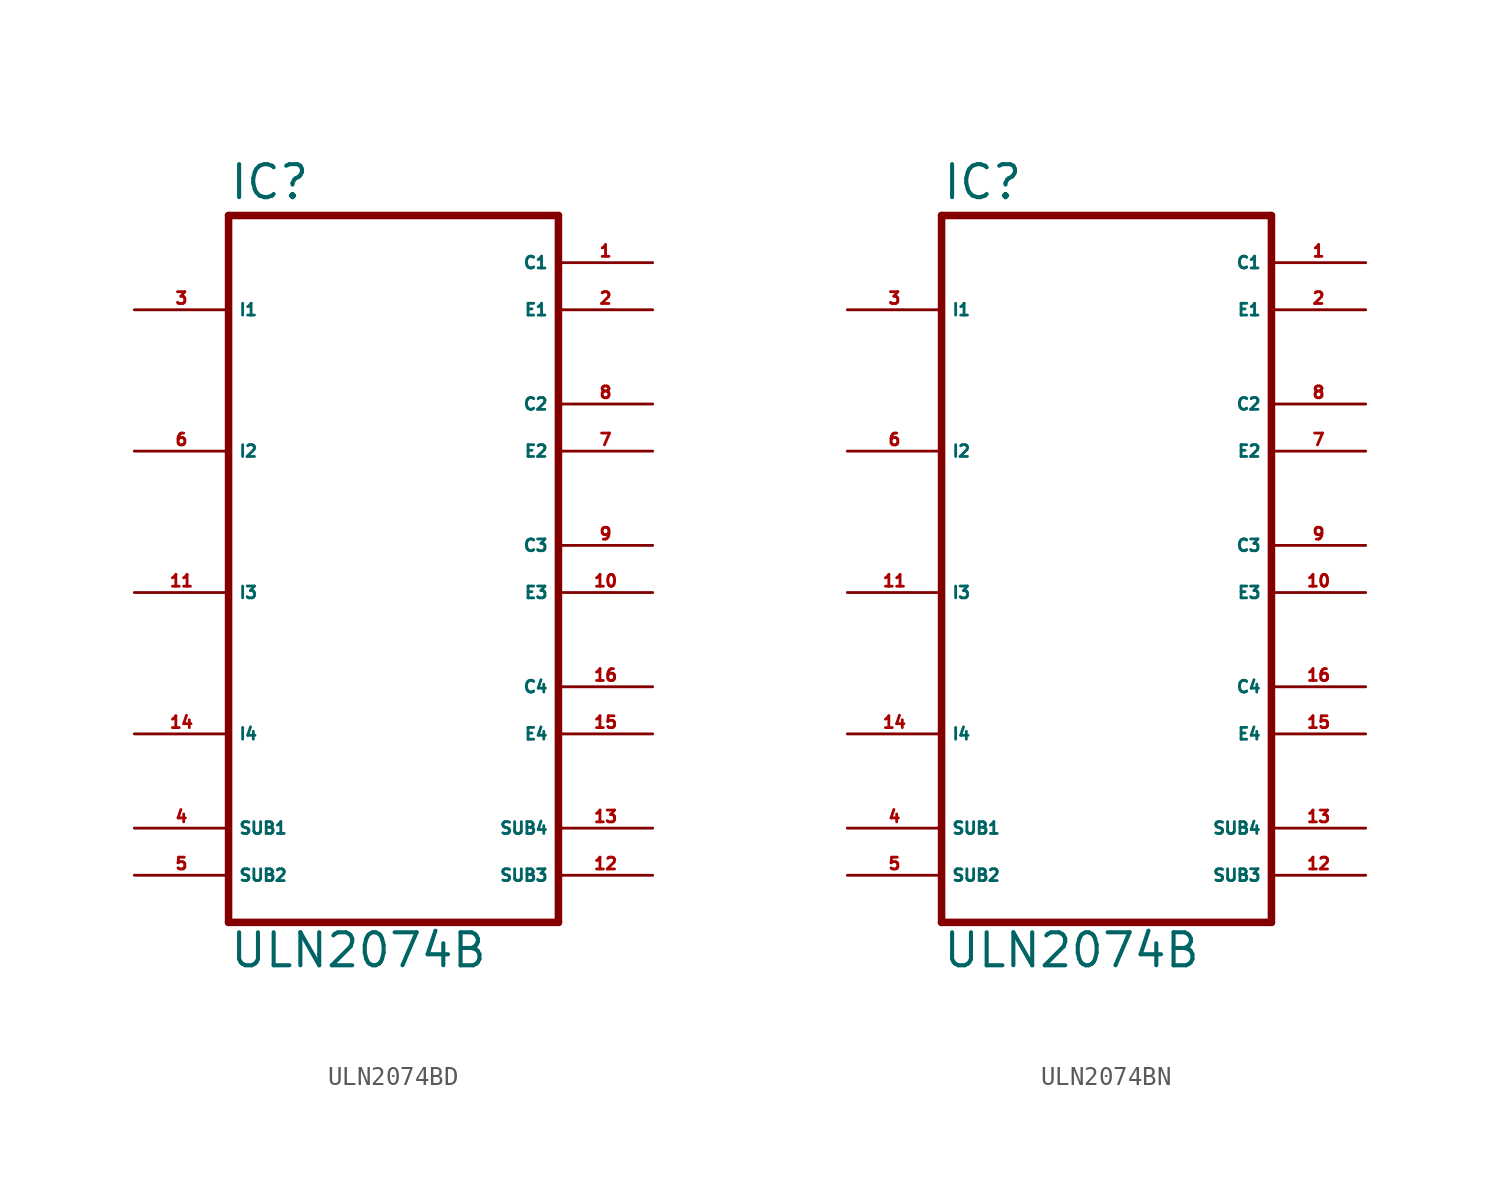
<source format=kicad_sym>
(kicad_symbol_lib
  (version 20220914)
  (generator Eagle2Kicad)
  (symbol "ULN2074BD"
    (property "Reference" "IC"
      (at -7.62 18.542 0)
      (effects (font (size 1.778 1.778) (thickness 0.22)) (justify left bottom)))
    (property "Value" "ULN2074B"
      (at -7.62 -22.86 0)
      (effects (font (size 1.778 1.778) (thickness 0.22)) (justify left bottom)))
    (polyline
      (pts (xy -7.62 17.78) (xy 10.16 17.78))
      (stroke (width 0.406) (type default))
      (fill (type none)))
    (polyline
      (pts (xy 10.16 -20.32) (xy 10.16 17.78))
      (stroke (width 0.406) (type default))
      (fill (type none)))
    (polyline
      (pts (xy 10.16 -20.32) (xy -7.62 -20.32))
      (stroke (width 0.406) (type default))
      (fill (type none)))
    (polyline
      (pts (xy -7.62 17.78) (xy -7.62 -20.32))
      (stroke (width 0.406) (type default))
      (fill (type none)))
    (pin input line
      (at -12.7 12.7 0)
      (length 5.08)
      (name "I1" (effects (font (size 0.635 0.635) (thickness 0.08)) (justify left bottom)))
      (number "3" (effects (font (size 0.635 0.635) (thickness 0.08)) (justify left bottom))))
    (pin input line
      (at -12.7 5.08 0)
      (length 5.08)
      (name "I2" (effects (font (size 0.635 0.635) (thickness 0.08)) (justify left bottom)))
      (number "6" (effects (font (size 0.635 0.635) (thickness 0.08)) (justify left bottom))))
    (pin input line
      (at -12.7 -2.54 0)
      (length 5.08)
      (name "I3" (effects (font (size 0.635 0.635) (thickness 0.08)) (justify left bottom)))
      (number "11" (effects (font (size 0.635 0.635) (thickness 0.08)) (justify left bottom))))
    (pin input line
      (at -12.7 -10.16 0)
      (length 5.08)
      (name "I4" (effects (font (size 0.635 0.635) (thickness 0.08)) (justify left bottom)))
      (number "14" (effects (font (size 0.635 0.635) (thickness 0.08)) (justify left bottom))))
    (pin open_collector line
      (at 15.24 15.24 180)
      (length 5.08)
      (name "C1" (effects (font (size 0.635 0.635) (thickness 0.08)) (justify left bottom)))
      (number "1" (effects (font (size 0.635 0.635) (thickness 0.08)) (justify left bottom))))
    (pin open_collector line
      (at 15.24 5.08 180)
      (length 5.08)
      (name "E2" (effects (font (size 0.635 0.635) (thickness 0.08)) (justify left bottom)))
      (number "7" (effects (font (size 0.635 0.635) (thickness 0.08)) (justify left bottom))))
    (pin open_collector line
      (at 15.24 -2.54 180)
      (length 5.08)
      (name "E3" (effects (font (size 0.635 0.635) (thickness 0.08)) (justify left bottom)))
      (number "10" (effects (font (size 0.635 0.635) (thickness 0.08)) (justify left bottom))))
    (pin open_collector line
      (at 15.24 -10.16 180)
      (length 5.08)
      (name "E4" (effects (font (size 0.635 0.635) (thickness 0.08)) (justify left bottom)))
      (number "15" (effects (font (size 0.635 0.635) (thickness 0.08)) (justify left bottom))))
    (pin passive line
      (at -12.7 -17.78 0)
      (length 5.08)
      (name "SUB2" (effects (font (size 0.635 0.635) (thickness 0.08)) (justify left bottom)))
      (number "5" (effects (font (size 0.635 0.635) (thickness 0.08)) (justify left bottom))))
    (pin passive line
      (at 15.24 -15.24 180)
      (length 5.08)
      (name "SUB4" (effects (font (size 0.635 0.635) (thickness 0.08)) (justify left bottom)))
      (number "13" (effects (font (size 0.635 0.635) (thickness 0.08)) (justify left bottom))))
    (pin passive line
      (at -12.7 -15.24 0)
      (length 5.08)
      (name "SUB1" (effects (font (size 0.635 0.635) (thickness 0.08)) (justify left bottom)))
      (number "4" (effects (font (size 0.635 0.635) (thickness 0.08)) (justify left bottom))))
    (pin passive line
      (at 15.24 -17.78 180)
      (length 5.08)
      (name "SUB3" (effects (font (size 0.635 0.635) (thickness 0.08)) (justify left bottom)))
      (number "12" (effects (font (size 0.635 0.635) (thickness 0.08)) (justify left bottom))))
    (pin open_collector line
      (at 15.24 12.7 180)
      (length 5.08)
      (name "E1" (effects (font (size 0.635 0.635) (thickness 0.08)) (justify left bottom)))
      (number "2" (effects (font (size 0.635 0.635) (thickness 0.08)) (justify left bottom))))
    (pin open_collector line
      (at 15.24 7.62 180)
      (length 5.08)
      (name "C2" (effects (font (size 0.635 0.635) (thickness 0.08)) (justify left bottom)))
      (number "8" (effects (font (size 0.635 0.635) (thickness 0.08)) (justify left bottom))))
    (pin open_collector line
      (at 15.24 0 180)
      (length 5.08)
      (name "C3" (effects (font (size 0.635 0.635) (thickness 0.08)) (justify left bottom)))
      (number "9" (effects (font (size 0.635 0.635) (thickness 0.08)) (justify left bottom))))
    (pin open_collector line
      (at 15.24 -7.62 180)
      (length 5.08)
      (name "C4" (effects (font (size 0.635 0.635) (thickness 0.08)) (justify left bottom)))
      (number "16" (effects (font (size 0.635 0.635) (thickness 0.08)) (justify left bottom)))))
  (symbol "ULN2074BN"
    (property "Reference" "IC"
      (at -7.62 18.542 0)
      (effects (font (size 1.778 1.778) (thickness 0.22)) (justify left bottom)))
    (property "Value" "ULN2074B"
      (at -7.62 -22.86 0)
      (effects (font (size 1.778 1.778) (thickness 0.22)) (justify left bottom)))
    (polyline
      (pts (xy -7.62 17.78) (xy 10.16 17.78))
      (stroke (width 0.406) (type default))
      (fill (type none)))
    (polyline
      (pts (xy 10.16 -20.32) (xy 10.16 17.78))
      (stroke (width 0.406) (type default))
      (fill (type none)))
    (polyline
      (pts (xy 10.16 -20.32) (xy -7.62 -20.32))
      (stroke (width 0.406) (type default))
      (fill (type none)))
    (polyline
      (pts (xy -7.62 17.78) (xy -7.62 -20.32))
      (stroke (width 0.406) (type default))
      (fill (type none)))
    (pin input line
      (at -12.7 12.7 0)
      (length 5.08)
      (name "I1" (effects (font (size 0.635 0.635) (thickness 0.08)) (justify left bottom)))
      (number "3" (effects (font (size 0.635 0.635) (thickness 0.08)) (justify left bottom))))
    (pin input line
      (at -12.7 5.08 0)
      (length 5.08)
      (name "I2" (effects (font (size 0.635 0.635) (thickness 0.08)) (justify left bottom)))
      (number "6" (effects (font (size 0.635 0.635) (thickness 0.08)) (justify left bottom))))
    (pin input line
      (at -12.7 -2.54 0)
      (length 5.08)
      (name "I3" (effects (font (size 0.635 0.635) (thickness 0.08)) (justify left bottom)))
      (number "11" (effects (font (size 0.635 0.635) (thickness 0.08)) (justify left bottom))))
    (pin input line
      (at -12.7 -10.16 0)
      (length 5.08)
      (name "I4" (effects (font (size 0.635 0.635) (thickness 0.08)) (justify left bottom)))
      (number "14" (effects (font (size 0.635 0.635) (thickness 0.08)) (justify left bottom))))
    (pin open_collector line
      (at 15.24 15.24 180)
      (length 5.08)
      (name "C1" (effects (font (size 0.635 0.635) (thickness 0.08)) (justify left bottom)))
      (number "1" (effects (font (size 0.635 0.635) (thickness 0.08)) (justify left bottom))))
    (pin open_collector line
      (at 15.24 5.08 180)
      (length 5.08)
      (name "E2" (effects (font (size 0.635 0.635) (thickness 0.08)) (justify left bottom)))
      (number "7" (effects (font (size 0.635 0.635) (thickness 0.08)) (justify left bottom))))
    (pin open_collector line
      (at 15.24 -2.54 180)
      (length 5.08)
      (name "E3" (effects (font (size 0.635 0.635) (thickness 0.08)) (justify left bottom)))
      (number "10" (effects (font (size 0.635 0.635) (thickness 0.08)) (justify left bottom))))
    (pin open_collector line
      (at 15.24 -10.16 180)
      (length 5.08)
      (name "E4" (effects (font (size 0.635 0.635) (thickness 0.08)) (justify left bottom)))
      (number "15" (effects (font (size 0.635 0.635) (thickness 0.08)) (justify left bottom))))
    (pin passive line
      (at -12.7 -17.78 0)
      (length 5.08)
      (name "SUB2" (effects (font (size 0.635 0.635) (thickness 0.08)) (justify left bottom)))
      (number "5" (effects (font (size 0.635 0.635) (thickness 0.08)) (justify left bottom))))
    (pin passive line
      (at 15.24 -15.24 180)
      (length 5.08)
      (name "SUB4" (effects (font (size 0.635 0.635) (thickness 0.08)) (justify left bottom)))
      (number "13" (effects (font (size 0.635 0.635) (thickness 0.08)) (justify left bottom))))
    (pin passive line
      (at -12.7 -15.24 0)
      (length 5.08)
      (name "SUB1" (effects (font (size 0.635 0.635) (thickness 0.08)) (justify left bottom)))
      (number "4" (effects (font (size 0.635 0.635) (thickness 0.08)) (justify left bottom))))
    (pin passive line
      (at 15.24 -17.78 180)
      (length 5.08)
      (name "SUB3" (effects (font (size 0.635 0.635) (thickness 0.08)) (justify left bottom)))
      (number "12" (effects (font (size 0.635 0.635) (thickness 0.08)) (justify left bottom))))
    (pin open_collector line
      (at 15.24 12.7 180)
      (length 5.08)
      (name "E1" (effects (font (size 0.635 0.635) (thickness 0.08)) (justify left bottom)))
      (number "2" (effects (font (size 0.635 0.635) (thickness 0.08)) (justify left bottom))))
    (pin open_collector line
      (at 15.24 7.62 180)
      (length 5.08)
      (name "C2" (effects (font (size 0.635 0.635) (thickness 0.08)) (justify left bottom)))
      (number "8" (effects (font (size 0.635 0.635) (thickness 0.08)) (justify left bottom))))
    (pin open_collector line
      (at 15.24 0 180)
      (length 5.08)
      (name "C3" (effects (font (size 0.635 0.635) (thickness 0.08)) (justify left bottom)))
      (number "9" (effects (font (size 0.635 0.635) (thickness 0.08)) (justify left bottom))))
    (pin open_collector line
      (at 15.24 -7.62 180)
      (length 5.08)
      (name "C4" (effects (font (size 0.635 0.635) (thickness 0.08)) (justify left bottom)))
      (number "16" (effects (font (size 0.635 0.635) (thickness 0.08)) (justify left bottom))))))
</source>
